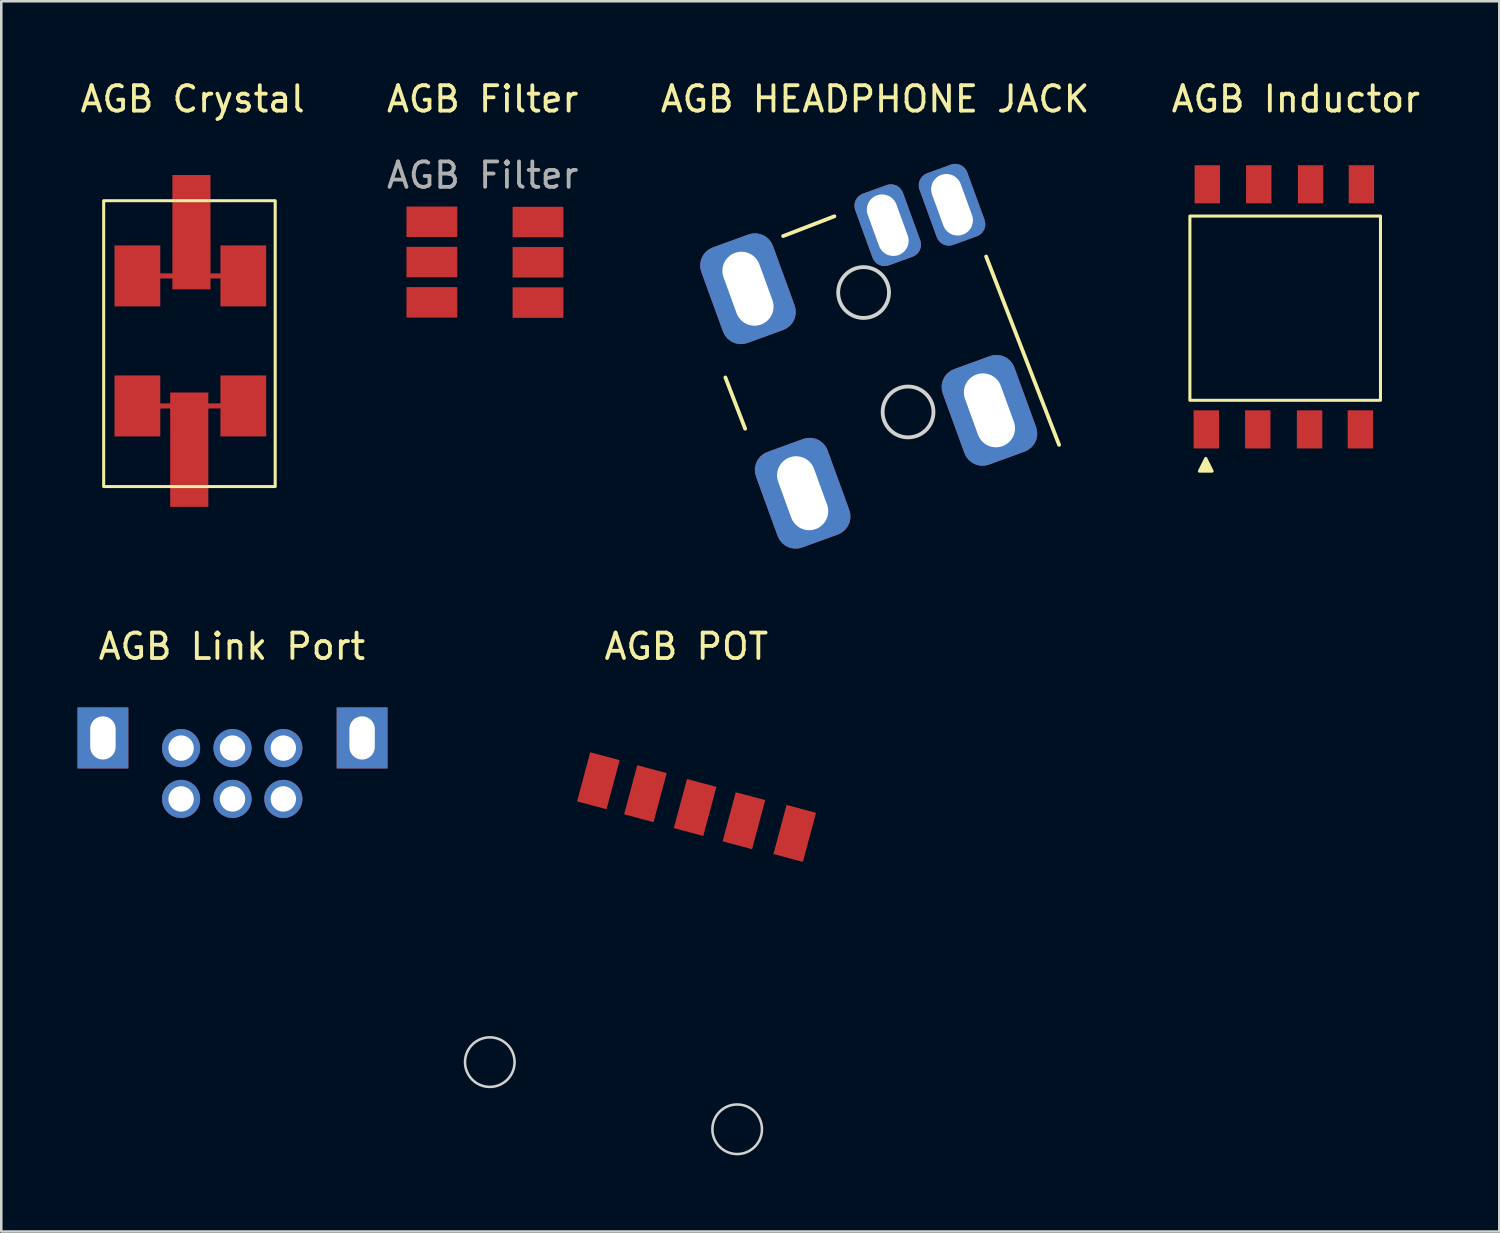
<source format=kicad_pcb>
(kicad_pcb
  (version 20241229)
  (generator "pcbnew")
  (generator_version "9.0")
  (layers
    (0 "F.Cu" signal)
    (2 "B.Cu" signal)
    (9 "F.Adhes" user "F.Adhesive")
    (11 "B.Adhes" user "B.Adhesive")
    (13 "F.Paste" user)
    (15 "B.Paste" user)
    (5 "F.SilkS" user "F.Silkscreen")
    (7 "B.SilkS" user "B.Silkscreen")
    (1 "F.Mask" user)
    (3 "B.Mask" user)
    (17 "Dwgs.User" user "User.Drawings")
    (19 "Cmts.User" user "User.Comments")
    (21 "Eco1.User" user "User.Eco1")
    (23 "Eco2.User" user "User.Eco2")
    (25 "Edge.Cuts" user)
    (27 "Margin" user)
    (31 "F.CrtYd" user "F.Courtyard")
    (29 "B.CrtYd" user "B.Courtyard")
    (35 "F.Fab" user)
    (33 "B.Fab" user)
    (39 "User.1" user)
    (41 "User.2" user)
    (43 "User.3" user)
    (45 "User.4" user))
  (footprint "AGB Link Port"
    (layer "F.Cu")
    (at 6.076 22.89)
    (property "Reference" "AGB Link Port" (at 0 -0.5 0) (unlocked yes) (layer "F.SilkS") (effects (font (size 1 1) (thickness 0.15))))
    (attr smd)
    (pad "1" thru_hole circle (at -2 5.5) (size 1.5 1.5) (drill 1) (layers "*.Cu" "*.Mask"))
    (pad "2" thru_hole circle (at -2 3.5) (size 1.5 1.5) (drill 1) (layers "*.Cu" "*.Mask"))
    (pad "3" thru_hole circle (at 0.024 5.5) (size 1.5 1.5) (drill 1) (layers "*.Cu" "*.Mask"))
    (pad "4" thru_hole circle (at 0.024 3.5) (size 1.5 1.5) (drill 1) (layers "*.Cu" "*.Mask"))
    (pad "5" thru_hole circle (at 2.024 5.5) (size 1.5 1.5) (drill 1) (layers "*.Cu" "*.Mask"))
    (pad "6" thru_hole circle (at 2.024 3.5) (size 1.5 1.5) (drill 1) (layers "*.Cu" "*.Mask"))
    (pad "S" thru_hole rect (at -5.076 3.1) (size 2 2.4) (drill oval 1 1.7) (layers "*.Cu" "*.Mask"))
    (pad "S" thru_hole rect (at 5.124 3.1) (size 2 2.4) (drill oval 1 1.7) (layers "*.Cu" "*.Mask")))
  (footprint "AGB Crystal"
    (layer "F.Cu")
    (at 4.53 10.348)
    (property "Reference" "AGB Crystal" (at 0 -9.5 0) (unlocked yes) (layer "F.SilkS") (effects (font (size 1 1) (thickness 0.15))))
    (attr smd)
    (fp_line (start -1.273 -2.54) (end 1.095 -2.54) (stroke (width 0.2) (type default)) (layer "F.Cu"))
    (fp_line (start 1.995 2.577) (end -2.173 2.577) (stroke (width 0.2) (type default)) (layer "F.Cu"))
    (fp_rect (start -3.5 -5.5) (end 3.25 5.75) (stroke (width 0.12) (type default)) (fill no) (layer "F.SilkS"))
    (pad "1" smd rect (at -2.173 -2.54 270) (size 2.4 1.8) (layers "F.Cu" "F.Mask" "F.Paste"))
    (pad "1" smd rect (at -0.047 -4.261 180) (size 1.5 4.5) (layers "F.Cu" "F.Mask" "F.Paste"))
    (pad "1" smd rect (at 1.995 -2.54 270) (size 2.4 1.8) (layers "F.Cu" "F.Mask" "F.Paste"))
    (pad "2" smd rect (at -2.173 2.577 90) (size 2.4 1.8) (layers "F.Cu" "F.Mask" "F.Paste"))
    (pad "2" smd rect (at -0.132 4.298) (size 1.5 4.5) (layers "F.Cu" "F.Mask" "F.Paste"))
    (pad "2" smd rect (at 1.995 2.577 90) (size 2.4 1.8) (layers "F.Cu" "F.Mask" "F.Paste")))
  (footprint "AGB Filter"
    (layer "F.Cu")
    (at 15.946 1.348)
    (property "Reference" "AGB Filter" (at 0 -0.5 0) (unlocked yes) (layer "F.SilkS") (effects (font (size 1 1) (thickness 0.15))))
    (attr smd)
    (fp_text user "${REFERENCE}" (at 0 2.5 0) (unlocked yes) (layer "F.Fab") (effects (font (size 1 1) (thickness 0.15))))
    (pad "1" smd rect (at -2 4.33) (size 2 1.2) (layers "F.Cu" "F.Mask" "F.Paste"))
    (pad "2" smd rect (at -2 5.915) (size 2 1.2) (layers "F.Cu" "F.Mask" "F.Paste"))
    (pad "3" smd rect (at -2 7.5) (size 2 1.2) (layers "F.Cu" "F.Mask" "F.Paste"))
    (pad "4" smd rect (at 2.176 4.339) (size 2 1.2) (layers "F.Cu" "F.Mask" "F.Paste"))
    (pad "5" smd rect (at 2.176 5.924) (size 2 1.2) (layers "F.Cu" "F.Mask" "F.Paste"))
    (pad "6" smd rect (at 2.176 7.509) (size 2 1.2) (layers "F.Cu" "F.Mask" "F.Paste")))
  (footprint "AGB HEADPHONE JACK"
    (layer "F.Cu")
    (at 31.387 1.348)
    (property "Reference" "AGB HEADPHONE JACK" (at 0 -0.5 0) (unlocked yes) (layer "F.SilkS") (effects (font (size 1 1) (thickness 0.15))))
    (attr smd)
    (fp_line (start -5.891 10.456) (end -5.113 12.473) (stroke (width 0.15) (type default)) (layer "F.SilkS"))
    (fp_line (start -3.618 4.892) (end -1.602 4.114) (stroke (width 0.15) (type default)) (layer "F.SilkS"))
    (fp_line (start 4.37 5.698) (end 7.241 13.108) (stroke (width 0.15) (type default)) (layer "F.SilkS"))
    (fp_circle (center -0.452 7.114) (end 0.548 7.114) (stroke (width 0.15) (type default)) (fill no) (layer "Edge.Cuts"))
    (fp_circle (center 1.298 11.814) (end 2.298 11.814) (stroke (width 0.15) (type default)) (fill no) (layer "Edge.Cuts"))
    (pad "1" thru_hole roundrect (at -2.851 15.012 200) (size 3 4) (drill oval 1.5 3) (layers "*.Cu" "*.Mask") (roundrect_rratio 0.25))
    (pad "2" thru_hole roundrect (at -5.002 6.964 200) (size 3 4) (drill oval 1.5 3) (layers "*.Cu" "*.Mask") (roundrect_rratio 0.25))
    (pad "3" thru_hole roundrect (at 0.498 4.464 200) (size 2 3) (drill oval 1.2 2.5) (layers "*.Cu" "*.Mask") (roundrect_rratio 0.25))
    (pad "4" thru_hole roundrect (at 4.5 11.75 200) (size 3 4) (drill oval 1.5 3) (layers "*.Cu" "*.Mask") (roundrect_rratio 0.25))
    (pad "5" thru_hole roundrect (at 3.028 3.66 200) (size 2 3) (drill oval 1.2 2.5) (layers "*.Cu" "*.Mask") (roundrect_rratio 0.25)))
  (footprint "AGB POT"
    (layer "F.Cu")
    (at 23.96 32.39)
    (property "Reference" "AGB POT" (at 0 -10 0) (unlocked yes) (layer "F.SilkS") (effects (font (size 1 1) (thickness 0.15))))
    (attr smd)
    (fp_circle (center -7.735 6.358) (end -8.469 5.716) (stroke (width 0.1) (type default)) (fill no) (layer "Edge.Cuts"))
    (fp_circle (center 2 9) (end 1.265 8.358) (stroke (width 0.1) (type default)) (fill no) (layer "Edge.Cuts"))
    (pad "1" smd rect (at 4.265 -2.642 255) (size 2 1.2) (layers "F.Cu" "F.Mask" "F.Paste"))
    (pad "2" smd rect (at 0.345 -3.662 255) (size 2 1.2) (layers "F.Cu" "F.Mask" "F.Paste"))
    (pad "3" smd rect (at -3.462 -4.715 255) (size 2 1.2) (layers "F.Cu" "F.Mask" "F.Paste"))
    (pad "NC" smd rect (at -1.611 -4.206 255) (size 2 1.2) (layers "F.Cu" "F.Mask" "F.Paste"))
    (pad "NC" smd rect (at 2.265 -3.142 255) (size 2 1.2) (layers "F.Cu" "F.Mask" "F.Paste")))
  (footprint "AGB Inductor"
    (layer "F.Cu")
    (at 47.946 1.348)
    (property "Reference" "AGB Inductor" (at 0 -0.5 0) (unlocked yes) (layer "F.SilkS") (effects (font (size 1 1) (thickness 0.15))))
    (attr smd)
    (fp_rect (start -4.17 4.105) (end 3.33 11.355) (stroke (width 0.12) (type default)) (fill no) (layer "F.SilkS"))
    (fp_poly (pts (xy -3.545 13.643) (xy -3.795 14.143) (xy -3.295 14.143)) (stroke (width 0.12) (type solid)) (fill yes) (layer "F.SilkS"))
    (pad "1" smd rect (at -3.524 12.5) (size 1 1.5) (layers "F.Cu" "F.Mask" "F.Paste"))
    (pad "2" smd rect (at -1.5 12.5) (size 1 1.5) (layers "F.Cu" "F.Mask" "F.Paste"))
    (pad "3" smd rect (at 0.54 12.5) (size 1 1.5) (layers "F.Cu" "F.Mask" "F.Paste"))
    (pad "4" smd rect (at 2.54 12.5) (size 1 1.5) (layers "F.Cu" "F.Mask" "F.Paste"))
    (pad "5" smd rect (at 2.58 2.855) (size 1 1.5) (layers "F.Cu" "F.Mask" "F.Paste"))
    (pad "6" smd rect (at 0.58 2.855) (size 1 1.5) (layers "F.Cu" "F.Mask" "F.Paste"))
    (pad "7" smd rect (at -1.46 2.855) (size 1 1.5) (layers "F.Cu" "F.Mask" "F.Paste"))
    (pad "8" smd rect (at -3.484 2.855) (size 1 1.5) (layers "F.Cu" "F.Mask" "F.Paste")))
  (gr_rect
    (start -3 -3)
    (end 55.952 45.415)
    (stroke (width 0.1) (type default))
    (fill no)
    (layer "Edge.Cuts")))
</source>
